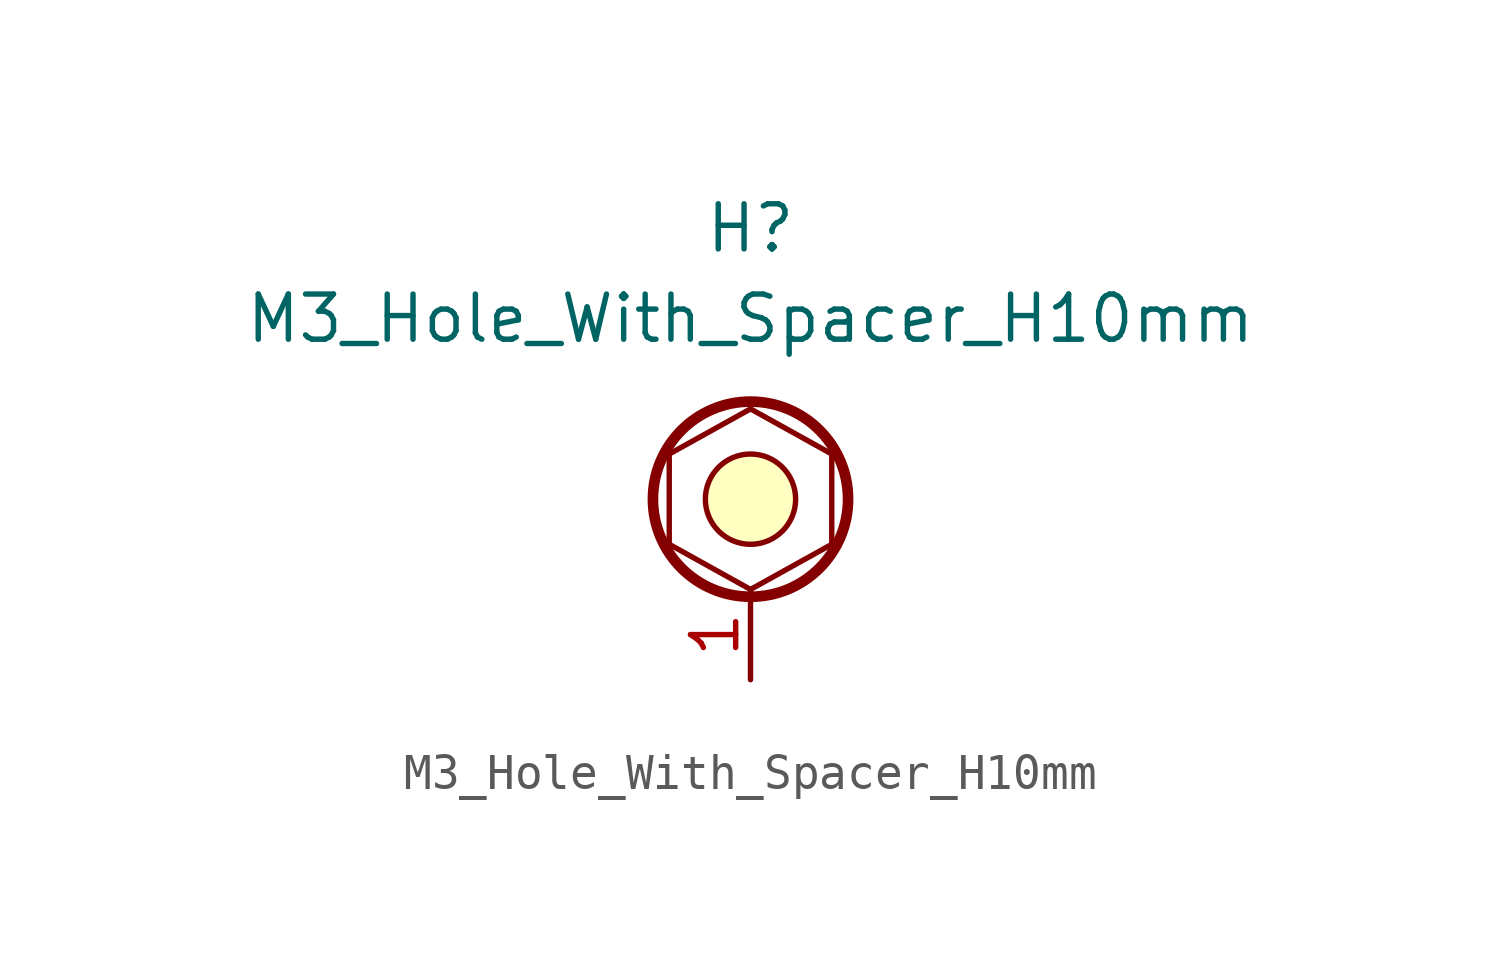
<source format=kicad_sym>
(kicad_symbol_lib
  (version 20211014)
  (generator kicad_symbol_editor)
  (symbol "M3_Hole_With_Spacer_H10mm"
    (property "Reference" "H"
      (at 0 7.62 0)
      (effects (font (size 1.27 1.27))))
    (property "Value" "M3_Hole_With_Spacer_H10mm"
      (at 0 5.08 0)
      (effects (font (size 1.27 1.27))))
    (symbol "M3_Hole_With_Spacer_H10mm_0_1"
      (polyline (pts (xy -2.286 1.27) (xy -2.286 -1.27) (xy 0 -2.54) (xy 2.286 -1.27) (xy 2.286 1.27) (xy 0 2.54) (xy -2.286 1.27)) (stroke (width 0) (type default) (color 0 0 0 0)) (fill (type none)))
      (circle (center 0 0) (radius 1.27) (stroke (width 0) (type default) (color 0 0 0 0)) (fill (type background)))
      (circle (center 0 0) (radius 2.745) (stroke (width 0.3) (type default) (color 0 0 0 0)) (fill (type none))))
    (symbol "M3_Hole_With_Spacer_H10mm_1_1"
      (pin passive line (at 0 -5.08 90) (length 2.54) (name "" (effects (font (size 1.27 1.27)))) (number "1" (effects (font (size 1.27 1.27))))))))
</source>
